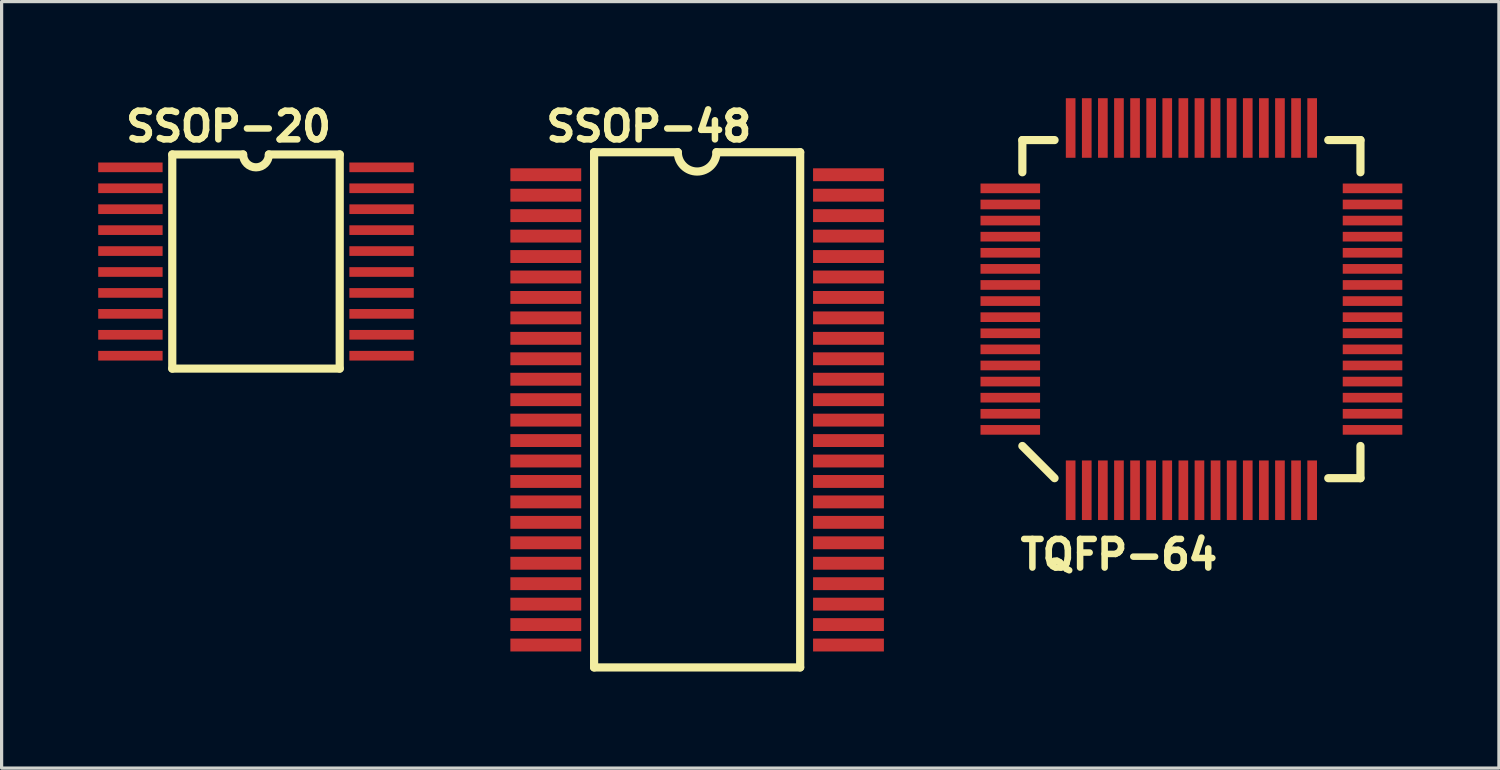
<source format=kicad_pcb>
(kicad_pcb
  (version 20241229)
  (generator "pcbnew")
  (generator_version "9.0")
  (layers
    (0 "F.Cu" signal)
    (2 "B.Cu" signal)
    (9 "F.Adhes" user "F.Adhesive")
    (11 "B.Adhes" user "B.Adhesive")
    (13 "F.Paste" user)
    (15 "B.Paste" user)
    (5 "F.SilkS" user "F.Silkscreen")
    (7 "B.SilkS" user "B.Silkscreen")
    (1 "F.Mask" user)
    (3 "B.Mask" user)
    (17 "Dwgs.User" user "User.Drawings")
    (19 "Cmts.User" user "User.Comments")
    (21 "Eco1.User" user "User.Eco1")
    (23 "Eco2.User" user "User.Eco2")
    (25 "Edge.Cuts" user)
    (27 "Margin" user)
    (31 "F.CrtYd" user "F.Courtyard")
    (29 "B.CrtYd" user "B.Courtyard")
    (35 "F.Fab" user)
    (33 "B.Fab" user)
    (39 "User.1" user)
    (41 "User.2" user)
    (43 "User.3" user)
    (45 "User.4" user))
  (footprint "SSOP-48"
    (layer "F.Cu")
    (at 13.9 2.377)
    (property "Reference" "SSOP-48" (at 3.2 -1.5 0) (layer "F.SilkS") (effects (font (size 0.889 0.889) (thickness 0.203))))
    (attr through_hole)
    (fp_line (start 1.5 -0.7) (end 1.5 15.3) (stroke (width 0.254) (type solid)) (layer "F.SilkS"))
    (fp_line (start 1.5 -0.7) (end 4.1 -0.7) (stroke (width 0.254) (type solid)) (layer "F.SilkS"))
    (fp_line (start 1.5 15.3) (end 7.9 15.3) (stroke (width 0.254) (type solid)) (layer "F.SilkS"))
    (fp_line (start 5.3 -0.7) (end 7.9 -0.7) (stroke (width 0.254) (type solid)) (layer "F.SilkS"))
    (fp_line (start 7.9 15.3) (end 7.9 -0.7) (stroke (width 0.254) (type solid)) (layer "F.SilkS"))
    (fp_arc (start 5.3 -0.7) (mid 4.7 -0.1) (end 4.1 -0.7) (stroke (width 0.254) (type solid)) (layer "F.SilkS"))
    (pad "1" smd rect (at 0 0) (size 2.2 0.4) (layers "F.Cu" "F.Mask" "F.Paste"))
    (pad "2" smd rect (at 0 0.635) (size 2.2 0.4) (layers "F.Cu" "F.Mask" "F.Paste"))
    (pad "3" smd rect (at 0 1.27) (size 2.2 0.4) (layers "F.Cu" "F.Mask" "F.Paste"))
    (pad "4" smd rect (at 0 1.905) (size 2.2 0.4) (layers "F.Cu" "F.Mask" "F.Paste"))
    (pad "5" smd rect (at 0 2.54) (size 2.2 0.4) (layers "F.Cu" "F.Mask" "F.Paste"))
    (pad "6" smd rect (at 0 3.175) (size 2.2 0.4) (layers "F.Cu" "F.Mask" "F.Paste"))
    (pad "7" smd rect (at 0 3.81) (size 2.2 0.4) (layers "F.Cu" "F.Mask" "F.Paste"))
    (pad "8" smd rect (at 0 4.445) (size 2.2 0.4) (layers "F.Cu" "F.Mask" "F.Paste"))
    (pad "9" smd rect (at 0 5.08) (size 2.2 0.4) (layers "F.Cu" "F.Mask" "F.Paste"))
    (pad "10" smd rect (at 0 5.715) (size 2.2 0.4) (layers "F.Cu" "F.Mask" "F.Paste"))
    (pad "11" smd rect (at 0 6.35) (size 2.2 0.4) (layers "F.Cu" "F.Mask" "F.Paste"))
    (pad "12" smd rect (at 0 6.985) (size 2.2 0.4) (layers "F.Cu" "F.Mask" "F.Paste"))
    (pad "13" smd rect (at 0 7.62) (size 2.2 0.4) (layers "F.Cu" "F.Mask" "F.Paste"))
    (pad "14" smd rect (at 0 8.255) (size 2.2 0.4) (layers "F.Cu" "F.Mask" "F.Paste"))
    (pad "15" smd rect (at 0 8.89) (size 2.2 0.4) (layers "F.Cu" "F.Mask" "F.Paste"))
    (pad "16" smd rect (at 0 9.525) (size 2.2 0.4) (layers "F.Cu" "F.Mask" "F.Paste"))
    (pad "17" smd rect (at 0 10.16) (size 2.2 0.4) (layers "F.Cu" "F.Mask" "F.Paste"))
    (pad "18" smd rect (at 0 10.795) (size 2.2 0.4) (layers "F.Cu" "F.Mask" "F.Paste"))
    (pad "19" smd rect (at 0 11.43) (size 2.2 0.4) (layers "F.Cu" "F.Mask" "F.Paste"))
    (pad "20" smd rect (at 0 12.065) (size 2.2 0.4) (layers "F.Cu" "F.Mask" "F.Paste"))
    (pad "21" smd rect (at 0 12.7) (size 2.2 0.4) (layers "F.Cu" "F.Mask" "F.Paste"))
    (pad "22" smd rect (at 0 13.335) (size 2.2 0.4) (layers "F.Cu" "F.Mask" "F.Paste"))
    (pad "23" smd rect (at 0 13.97) (size 2.2 0.4) (layers "F.Cu" "F.Mask" "F.Paste"))
    (pad "24" smd rect (at 0 14.605) (size 2.2 0.4) (layers "F.Cu" "F.Mask" "F.Paste"))
    (pad "25" smd rect (at 9.4 14.605) (size 2.2 0.4) (layers "F.Cu" "F.Mask" "F.Paste"))
    (pad "26" smd rect (at 9.4 13.97) (size 2.2 0.4) (layers "F.Cu" "F.Mask" "F.Paste"))
    (pad "27" smd rect (at 9.4 13.335) (size 2.2 0.4) (layers "F.Cu" "F.Mask" "F.Paste"))
    (pad "28" smd rect (at 9.4 12.7) (size 2.2 0.4) (layers "F.Cu" "F.Mask" "F.Paste"))
    (pad "29" smd rect (at 9.4 12.065) (size 2.2 0.4) (layers "F.Cu" "F.Mask" "F.Paste"))
    (pad "30" smd rect (at 9.4 11.43) (size 2.2 0.4) (layers "F.Cu" "F.Mask" "F.Paste"))
    (pad "31" smd rect (at 9.4 10.795) (size 2.2 0.4) (layers "F.Cu" "F.Mask" "F.Paste"))
    (pad "32" smd rect (at 9.4 10.16) (size 2.2 0.4) (layers "F.Cu" "F.Mask" "F.Paste"))
    (pad "33" smd rect (at 9.4 9.525) (size 2.2 0.4) (layers "F.Cu" "F.Mask" "F.Paste"))
    (pad "34" smd rect (at 9.4 8.89) (size 2.2 0.4) (layers "F.Cu" "F.Mask" "F.Paste"))
    (pad "35" smd rect (at 9.4 8.255) (size 2.2 0.4) (layers "F.Cu" "F.Mask" "F.Paste"))
    (pad "36" smd rect (at 9.4 7.62) (size 2.2 0.4) (layers "F.Cu" "F.Mask" "F.Paste"))
    (pad "37" smd rect (at 9.4 6.985) (size 2.2 0.4) (layers "F.Cu" "F.Mask" "F.Paste"))
    (pad "38" smd rect (at 9.4 6.35) (size 2.2 0.4) (layers "F.Cu" "F.Mask" "F.Paste"))
    (pad "39" smd rect (at 9.4 5.715) (size 2.2 0.4) (layers "F.Cu" "F.Mask" "F.Paste"))
    (pad "40" smd rect (at 9.4 5.08) (size 2.2 0.4) (layers "F.Cu" "F.Mask" "F.Paste"))
    (pad "41" smd rect (at 9.4 4.445) (size 2.2 0.4) (layers "F.Cu" "F.Mask" "F.Paste"))
    (pad "42" smd rect (at 9.4 3.81) (size 2.2 0.4) (layers "F.Cu" "F.Mask" "F.Paste"))
    (pad "43" smd rect (at 9.4 3.175) (size 2.2 0.4) (layers "F.Cu" "F.Mask" "F.Paste"))
    (pad "44" smd rect (at 9.4 2.54) (size 2.2 0.4) (layers "F.Cu" "F.Mask" "F.Paste"))
    (pad "45" smd rect (at 9.4 1.905) (size 2.2 0.4) (layers "F.Cu" "F.Mask" "F.Paste"))
    (pad "46" smd rect (at 9.4 1.27) (size 2.2 0.4) (layers "F.Cu" "F.Mask" "F.Paste"))
    (pad "47" smd rect (at 9.4 0.635) (size 2.2 0.4) (layers "F.Cu" "F.Mask" "F.Paste"))
    (pad "48" smd rect (at 9.4 0) (size 2.2 0.4) (layers "F.Cu" "F.Mask" "F.Paste")))
  (footprint "TQFP-64"
    (layer "F.Cu")
    (at 30.2 12.175)
    (property "Reference" "TQFP-64" (at 1.5 2 0) (layer "F.SilkS") (effects (font (size 0.889 0.889) (thickness 0.203))))
    (attr through_hole)
    (fp_line (start -1.5 -10.875) (end -0.5 -10.875) (stroke (width 0.254) (type solid)) (layer "F.SilkS"))
    (fp_line (start -1.5 -9.875) (end -1.5 -10.875) (stroke (width 0.254) (type solid)) (layer "F.SilkS"))
    (fp_line (start -0.5 -0.375) (end -1.5 -1.375) (stroke (width 0.254) (type solid)) (layer "F.SilkS"))
    (fp_line (start 8 -10.875) (end 9 -10.875) (stroke (width 0.254) (type solid)) (layer "F.SilkS"))
    (fp_line (start 8 -0.375) (end 9 -0.375) (stroke (width 0.254) (type solid)) (layer "F.SilkS"))
    (fp_line (start 9 -10.875) (end 9 -9.875) (stroke (width 0.254) (type solid)) (layer "F.SilkS"))
    (fp_line (start 9 -0.375) (end 9 -1.375) (stroke (width 0.254) (type solid)) (layer "F.SilkS"))
    (pad "1" smd rect (at 0 0) (size 0.3 1.85) (layers "F.Cu" "F.Mask" "F.Paste"))
    (pad "2" smd rect (at 0.5 0) (size 0.3 1.85) (layers "F.Cu" "F.Mask" "F.Paste"))
    (pad "3" smd rect (at 1 0) (size 0.3 1.85) (layers "F.Cu" "F.Mask" "F.Paste"))
    (pad "4" smd rect (at 1.5 0) (size 0.3 1.85) (layers "F.Cu" "F.Mask" "F.Paste"))
    (pad "5" smd rect (at 2 0) (size 0.3 1.85) (layers "F.Cu" "F.Mask" "F.Paste"))
    (pad "6" smd rect (at 2.5 0) (size 0.3 1.85) (layers "F.Cu" "F.Mask" "F.Paste"))
    (pad "7" smd rect (at 3 0) (size 0.3 1.85) (layers "F.Cu" "F.Mask" "F.Paste"))
    (pad "8" smd rect (at 3.5 0) (size 0.3 1.85) (layers "F.Cu" "F.Mask" "F.Paste"))
    (pad "9" smd rect (at 4 0) (size 0.3 1.85) (layers "F.Cu" "F.Mask" "F.Paste"))
    (pad "10" smd rect (at 4.5 0) (size 0.3 1.85) (layers "F.Cu" "F.Mask" "F.Paste"))
    (pad "11" smd rect (at 5 0) (size 0.3 1.85) (layers "F.Cu" "F.Mask" "F.Paste"))
    (pad "12" smd rect (at 5.5 0) (size 0.3 1.85) (layers "F.Cu" "F.Mask" "F.Paste"))
    (pad "13" smd rect (at 6 0) (size 0.3 1.85) (layers "F.Cu" "F.Mask" "F.Paste"))
    (pad "14" smd rect (at 6.5 0) (size 0.3 1.85) (layers "F.Cu" "F.Mask" "F.Paste"))
    (pad "15" smd rect (at 7 0) (size 0.3 1.85) (layers "F.Cu" "F.Mask" "F.Paste"))
    (pad "16" smd rect (at 7.5 0) (size 0.3 1.85) (layers "F.Cu" "F.Mask" "F.Paste"))
    (pad "17" smd rect (at 9.375 -1.875 90) (size 0.3 1.85) (layers "F.Cu" "F.Mask" "F.Paste"))
    (pad "18" smd rect (at 9.375 -2.375 90) (size 0.3 1.85) (layers "F.Cu" "F.Mask" "F.Paste"))
    (pad "19" smd rect (at 9.375 -2.875 90) (size 0.3 1.85) (layers "F.Cu" "F.Mask" "F.Paste"))
    (pad "20" smd rect (at 9.375 -3.375 90) (size 0.3 1.85) (layers "F.Cu" "F.Mask" "F.Paste"))
    (pad "21" smd rect (at 9.375 -3.875 90) (size 0.3 1.85) (layers "F.Cu" "F.Mask" "F.Paste"))
    (pad "22" smd rect (at 9.375 -4.375 90) (size 0.3 1.85) (layers "F.Cu" "F.Mask" "F.Paste"))
    (pad "23" smd rect (at 9.375 -4.875 90) (size 0.3 1.85) (layers "F.Cu" "F.Mask" "F.Paste"))
    (pad "24" smd rect (at 9.375 -5.375 90) (size 0.3 1.85) (layers "F.Cu" "F.Mask" "F.Paste"))
    (pad "25" smd rect (at 9.375 -5.875 90) (size 0.3 1.85) (layers "F.Cu" "F.Mask" "F.Paste"))
    (pad "26" smd rect (at 9.375 -6.375 90) (size 0.3 1.85) (layers "F.Cu" "F.Mask" "F.Paste"))
    (pad "27" smd rect (at 9.375 -6.875 90) (size 0.3 1.85) (layers "F.Cu" "F.Mask" "F.Paste"))
    (pad "28" smd rect (at 9.375 -7.375 90) (size 0.3 1.85) (layers "F.Cu" "F.Mask" "F.Paste"))
    (pad "29" smd rect (at 9.375 -7.875 90) (size 0.3 1.85) (layers "F.Cu" "F.Mask" "F.Paste"))
    (pad "30" smd rect (at 9.375 -8.375 90) (size 0.3 1.85) (layers "F.Cu" "F.Mask" "F.Paste"))
    (pad "31" smd rect (at 9.375 -8.875 90) (size 0.3 1.85) (layers "F.Cu" "F.Mask" "F.Paste"))
    (pad "32" smd rect (at 9.375 -9.375 90) (size 0.3 1.85) (layers "F.Cu" "F.Mask" "F.Paste"))
    (pad "33" smd rect (at 7.5 -11.25 180) (size 0.3 1.85) (layers "F.Cu" "F.Mask" "F.Paste"))
    (pad "34" smd rect (at 7 -11.25 180) (size 0.3 1.85) (layers "F.Cu" "F.Mask" "F.Paste"))
    (pad "35" smd rect (at 6.5 -11.25 180) (size 0.3 1.85) (layers "F.Cu" "F.Mask" "F.Paste"))
    (pad "36" smd rect (at 6 -11.25 180) (size 0.3 1.85) (layers "F.Cu" "F.Mask" "F.Paste"))
    (pad "37" smd rect (at 5.5 -11.25 180) (size 0.3 1.85) (layers "F.Cu" "F.Mask" "F.Paste"))
    (pad "38" smd rect (at 5 -11.25 180) (size 0.3 1.85) (layers "F.Cu" "F.Mask" "F.Paste"))
    (pad "39" smd rect (at 4.5 -11.25 180) (size 0.3 1.85) (layers "F.Cu" "F.Mask" "F.Paste"))
    (pad "40" smd rect (at 4 -11.25 180) (size 0.3 1.85) (layers "F.Cu" "F.Mask" "F.Paste"))
    (pad "41" smd rect (at 3.5 -11.25 180) (size 0.3 1.85) (layers "F.Cu" "F.Mask" "F.Paste"))
    (pad "42" smd rect (at 3 -11.25 180) (size 0.3 1.85) (layers "F.Cu" "F.Mask" "F.Paste"))
    (pad "43" smd rect (at 2.5 -11.25 180) (size 0.3 1.85) (layers "F.Cu" "F.Mask" "F.Paste"))
    (pad "44" smd rect (at 2 -11.25 180) (size 0.3 1.85) (layers "F.Cu" "F.Mask" "F.Paste"))
    (pad "45" smd rect (at 1.5 -11.25 180) (size 0.3 1.85) (layers "F.Cu" "F.Mask" "F.Paste"))
    (pad "46" smd rect (at 1 -11.25 180) (size 0.3 1.85) (layers "F.Cu" "F.Mask" "F.Paste"))
    (pad "47" smd rect (at 0.5 -11.25 180) (size 0.3 1.85) (layers "F.Cu" "F.Mask" "F.Paste"))
    (pad "48" smd rect (at 0 -11.25 180) (size 0.3 1.85) (layers "F.Cu" "F.Mask" "F.Paste"))
    (pad "49" smd rect (at -1.875 -9.375 90) (size 0.3 1.85) (layers "F.Cu" "F.Mask" "F.Paste"))
    (pad "50" smd rect (at -1.875 -8.875 90) (size 0.3 1.85) (layers "F.Cu" "F.Mask" "F.Paste"))
    (pad "51" smd rect (at -1.875 -8.375 90) (size 0.3 1.85) (layers "F.Cu" "F.Mask" "F.Paste"))
    (pad "52" smd rect (at -1.875 -7.875 90) (size 0.3 1.85) (layers "F.Cu" "F.Mask" "F.Paste"))
    (pad "53" smd rect (at -1.875 -7.375 90) (size 0.3 1.85) (layers "F.Cu" "F.Mask" "F.Paste"))
    (pad "54" smd rect (at -1.875 -6.875 90) (size 0.3 1.85) (layers "F.Cu" "F.Mask" "F.Paste"))
    (pad "55" smd rect (at -1.875 -6.375 90) (size 0.3 1.85) (layers "F.Cu" "F.Mask" "F.Paste"))
    (pad "56" smd rect (at -1.875 -5.875 90) (size 0.3 1.85) (layers "F.Cu" "F.Mask" "F.Paste"))
    (pad "57" smd rect (at -1.875 -5.375 90) (size 0.3 1.85) (layers "F.Cu" "F.Mask" "F.Paste"))
    (pad "58" smd rect (at -1.875 -4.875 90) (size 0.3 1.85) (layers "F.Cu" "F.Mask" "F.Paste"))
    (pad "59" smd rect (at -1.875 -4.375 90) (size 0.3 1.85) (layers "F.Cu" "F.Mask" "F.Paste"))
    (pad "60" smd rect (at -1.875 -3.875 90) (size 0.3 1.85) (layers "F.Cu" "F.Mask" "F.Paste"))
    (pad "61" smd rect (at -1.875 -3.375 90) (size 0.3 1.85) (layers "F.Cu" "F.Mask" "F.Paste"))
    (pad "62" smd rect (at -1.875 -2.875 90) (size 0.3 1.85) (layers "F.Cu" "F.Mask" "F.Paste"))
    (pad "63" smd rect (at -1.875 -2.375 90) (size 0.3 1.85) (layers "F.Cu" "F.Mask" "F.Paste"))
    (pad "64" smd rect (at -1.875 -1.875 90) (size 0.3 1.85) (layers "F.Cu" "F.Mask" "F.Paste")))
  (footprint "SSOP-20"
    (layer "F.Cu")
    (at 1 2.147)
    (property "Reference" "SSOP-20" (at 3.048 -1.27 0) (layer "F.SilkS") (effects (font (size 0.889 0.889) (thickness 0.203))))
    (attr through_hole)
    (fp_line (start 1.3 -0.4) (end 1.3 6.25) (stroke (width 0.254) (type solid)) (layer "F.SilkS"))
    (fp_line (start 1.3 6.25) (end 6.5 6.25) (stroke (width 0.254) (type solid)) (layer "F.SilkS"))
    (fp_line (start 3.5 -0.4) (end 1.3 -0.4) (stroke (width 0.254) (type solid)) (layer "F.SilkS"))
    (fp_line (start 6.5 -0.4) (end 4.3 -0.4) (stroke (width 0.254) (type solid)) (layer "F.SilkS"))
    (fp_line (start 6.5 6.25) (end 6.5 -0.4) (stroke (width 0.254) (type solid)) (layer "F.SilkS"))
    (fp_arc (start 4.3 -0.4) (mid 3.9 0) (end 3.5 -0.4) (stroke (width 0.254) (type solid)) (layer "F.SilkS"))
    (pad "1" smd rect (at 0 0) (size 2 0.3) (layers "F.Cu" "F.Mask" "F.Paste"))
    (pad "2" smd rect (at 0 0.65) (size 2 0.3) (layers "F.Cu" "F.Mask" "F.Paste"))
    (pad "3" smd rect (at 0 1.3) (size 2 0.3) (layers "F.Cu" "F.Mask" "F.Paste"))
    (pad "4" smd rect (at 0 1.95) (size 2 0.3) (layers "F.Cu" "F.Mask" "F.Paste"))
    (pad "5" smd rect (at 0 2.6) (size 2 0.3) (layers "F.Cu" "F.Mask" "F.Paste"))
    (pad "6" smd rect (at 0 3.25) (size 2 0.3) (layers "F.Cu" "F.Mask" "F.Paste"))
    (pad "7" smd rect (at 0 3.9) (size 2 0.3) (layers "F.Cu" "F.Mask" "F.Paste"))
    (pad "8" smd rect (at 0 4.55) (size 2 0.3) (layers "F.Cu" "F.Mask" "F.Paste"))
    (pad "9" smd rect (at 0 5.2) (size 2 0.3) (layers "F.Cu" "F.Mask" "F.Paste"))
    (pad "10" smd rect (at 0 5.85) (size 2 0.3) (layers "F.Cu" "F.Mask" "F.Paste"))
    (pad "11" smd rect (at 7.8 5.85) (size 2 0.3) (layers "F.Cu" "F.Mask" "F.Paste"))
    (pad "12" smd rect (at 7.8 5.2) (size 2 0.3) (layers "F.Cu" "F.Mask" "F.Paste"))
    (pad "13" smd rect (at 7.8 4.55) (size 2 0.3) (layers "F.Cu" "F.Mask" "F.Paste"))
    (pad "14" smd rect (at 7.8 3.9) (size 2 0.3) (layers "F.Cu" "F.Mask" "F.Paste"))
    (pad "15" smd rect (at 7.8 3.25) (size 2 0.3) (layers "F.Cu" "F.Mask" "F.Paste"))
    (pad "16" smd rect (at 7.8 2.6) (size 2 0.3) (layers "F.Cu" "F.Mask" "F.Paste"))
    (pad "17" smd rect (at 7.8 1.95) (size 2 0.3) (layers "F.Cu" "F.Mask" "F.Paste"))
    (pad "18" smd rect (at 7.8 1.3) (size 2 0.3) (layers "F.Cu" "F.Mask" "F.Paste"))
    (pad "19" smd rect (at 7.8 0.65) (size 2 0.3) (layers "F.Cu" "F.Mask" "F.Paste"))
    (pad "20" smd rect (at 7.8 0) (size 2 0.3) (layers "F.Cu" "F.Mask" "F.Paste")))
  (gr_rect
    (start -3 -3)
    (end 43.5 20.804)
    (stroke (width 0.1) (type default))
    (fill no)
    (layer "Edge.Cuts")))
</source>
